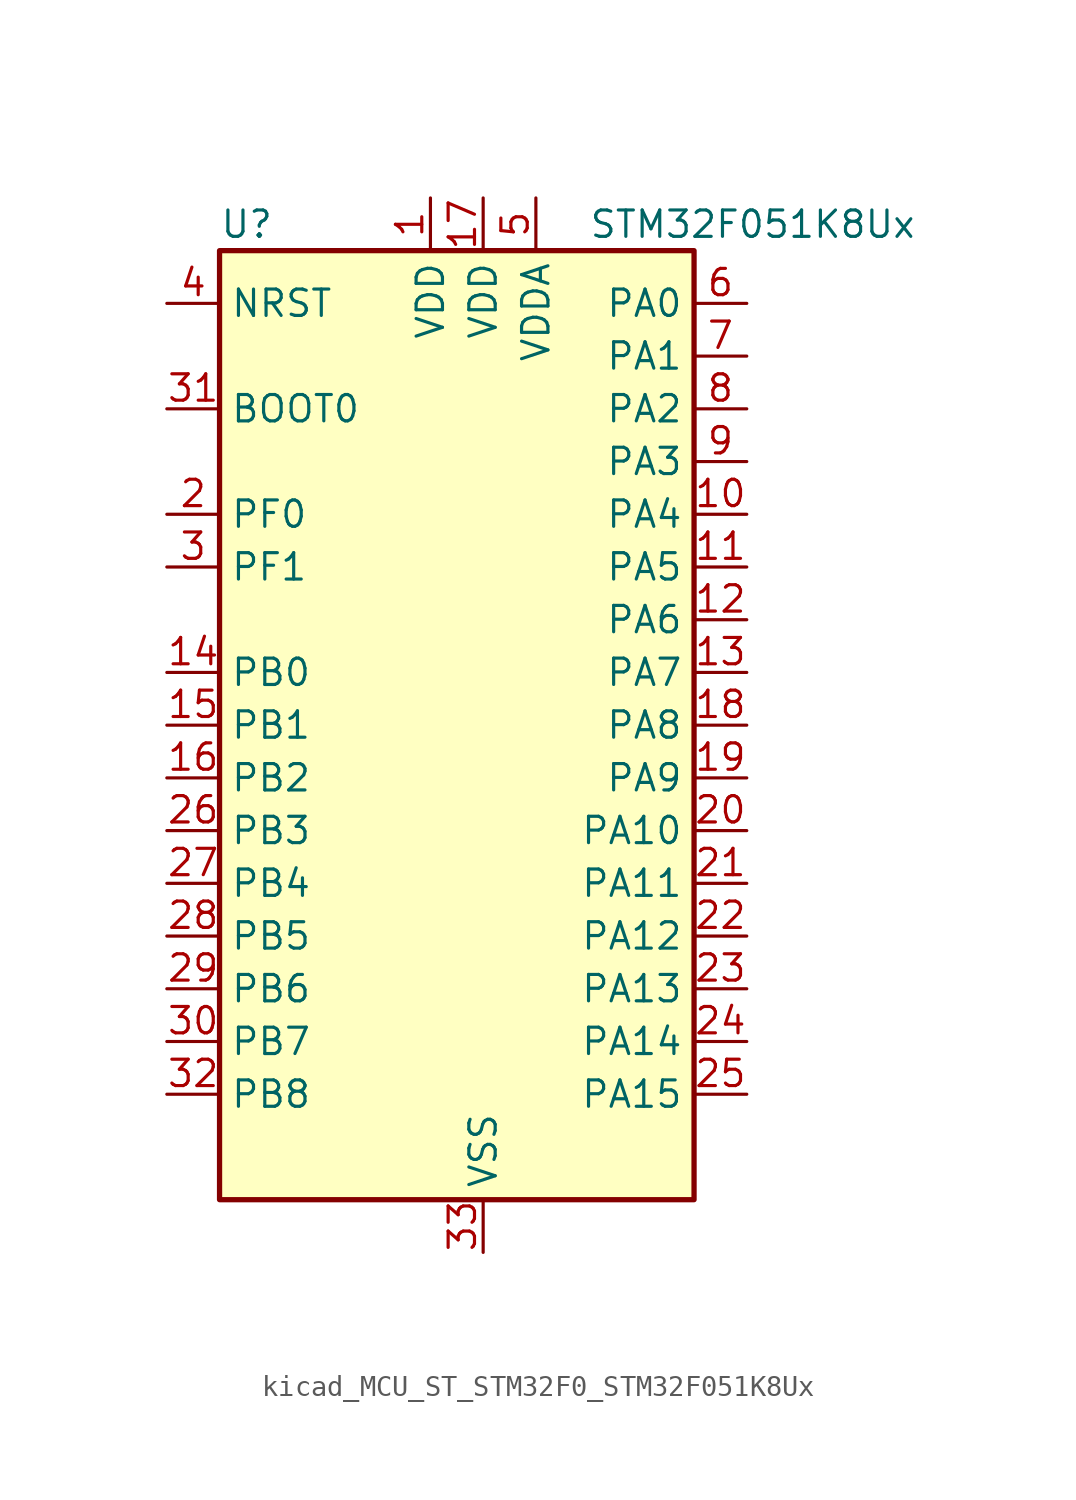
<source format=kicad_sym>
(kicad_symbol_lib
  (version 20220914)
  (generator kicad_symbol_editor)
  (symbol "kicad_MCU_ST_STM32F0_STM32F051K8Ux"
    (property "Reference" "U"
      (at -10.16 24.13 0)
      (effects (font (size 1.27 1.27)) (justify left)))
    (property "Value" "STM32F051K8Ux"
      (at 7.62 24.13 0)
      (effects (font (size 1.27 1.27)) (justify left)))
    (property "ki_locked" ""
      (at 0 0 0)
      (effects (font (size 1.27 1.27))))
    (symbol "kicad_MCU_ST_STM32F0_STM32F051K8Ux_0_1"
      (rectangle (start -10.16 -22.86) (end 12.7 22.86) (stroke (width 0.254) (type default)) (fill (type background))))
    (symbol "kicad_MCU_ST_STM32F0_STM32F051K8Ux_1_1"
      (pin power_in line (at 0 25.4 270) (length 2.54) (name "VDD" (effects (font (size 1.27 1.27)))) (number "1" (effects (font (size 1.27 1.27)))))
      (pin bidirectional line (at 15.24 10.16 180) (length 2.54) (name "PA4" (effects (font (size 1.27 1.27)))) (number "10" (effects (font (size 1.27 1.27)))) (alternate "ADC_IN4" bidirectional line) (alternate "COMP1_INM" bidirectional line) (alternate "COMP2_INM" bidirectional line) (alternate "DAC1_OUT1" bidirectional line) (alternate "I2S1_WS" bidirectional line) (alternate "SPI1_NSS" bidirectional line) (alternate "TIM14_CH1" bidirectional line) (alternate "TSC_G2_IO1" bidirectional line) (alternate "USART2_CK" bidirectional line))
      (pin bidirectional line (at 15.24 7.62 180) (length 2.54) (name "PA5" (effects (font (size 1.27 1.27)))) (number "11" (effects (font (size 1.27 1.27)))) (alternate "ADC_IN5" bidirectional line) (alternate "CEC" bidirectional line) (alternate "COMP1_INM" bidirectional line) (alternate "COMP2_INM" bidirectional line) (alternate "I2S1_CK" bidirectional line) (alternate "SPI1_SCK" bidirectional line) (alternate "TIM2_CH1" bidirectional line) (alternate "TIM2_ETR" bidirectional line) (alternate "TSC_G2_IO2" bidirectional line))
      (pin bidirectional line (at 15.24 5.08 180) (length 2.54) (name "PA6" (effects (font (size 1.27 1.27)))) (number "12" (effects (font (size 1.27 1.27)))) (alternate "ADC_IN6" bidirectional line) (alternate "COMP1_OUT" bidirectional line) (alternate "I2S1_MCK" bidirectional line) (alternate "SPI1_MISO" bidirectional line) (alternate "TIM16_CH1" bidirectional line) (alternate "TIM1_BKIN" bidirectional line) (alternate "TIM3_CH1" bidirectional line) (alternate "TSC_G2_IO3" bidirectional line))
      (pin bidirectional line (at 15.24 2.54 180) (length 2.54) (name "PA7" (effects (font (size 1.27 1.27)))) (number "13" (effects (font (size 1.27 1.27)))) (alternate "ADC_IN7" bidirectional line) (alternate "COMP2_OUT" bidirectional line) (alternate "I2S1_SD" bidirectional line) (alternate "SPI1_MOSI" bidirectional line) (alternate "TIM14_CH1" bidirectional line) (alternate "TIM17_CH1" bidirectional line) (alternate "TIM1_CH1N" bidirectional line) (alternate "TIM3_CH2" bidirectional line) (alternate "TSC_G2_IO4" bidirectional line))
      (pin bidirectional line (at -12.7 2.54 0) (length 2.54) (name "PB0" (effects (font (size 1.27 1.27)))) (number "14" (effects (font (size 1.27 1.27)))) (alternate "ADC_IN8" bidirectional line) (alternate "TIM1_CH2N" bidirectional line) (alternate "TIM3_CH3" bidirectional line) (alternate "TSC_G3_IO2" bidirectional line))
      (pin bidirectional line (at -12.7 0 0) (length 2.54) (name "PB1" (effects (font (size 1.27 1.27)))) (number "15" (effects (font (size 1.27 1.27)))) (alternate "ADC_IN9" bidirectional line) (alternate "TIM14_CH1" bidirectional line) (alternate "TIM1_CH3N" bidirectional line) (alternate "TIM3_CH4" bidirectional line) (alternate "TSC_G3_IO3" bidirectional line))
      (pin bidirectional line (at -12.7 -2.54 0) (length 2.54) (name "PB2" (effects (font (size 1.27 1.27)))) (number "16" (effects (font (size 1.27 1.27)))) (alternate "TSC_G3_IO4" bidirectional line))
      (pin power_in line (at 2.54 25.4 270) (length 2.54) (name "VDD" (effects (font (size 1.27 1.27)))) (number "17" (effects (font (size 1.27 1.27)))))
      (pin bidirectional line (at 15.24 0 180) (length 2.54) (name "PA8" (effects (font (size 1.27 1.27)))) (number "18" (effects (font (size 1.27 1.27)))) (alternate "RCC_MCO" bidirectional line) (alternate "TIM1_CH1" bidirectional line) (alternate "USART1_CK" bidirectional line))
      (pin bidirectional line (at 15.24 -2.54 180) (length 2.54) (name "PA9" (effects (font (size 1.27 1.27)))) (number "19" (effects (font (size 1.27 1.27)))) (alternate "DAC1_EXTI9" bidirectional line) (alternate "TIM15_BKIN" bidirectional line) (alternate "TIM1_CH2" bidirectional line) (alternate "TSC_G4_IO1" bidirectional line) (alternate "USART1_TX" bidirectional line))
      (pin bidirectional line (at -12.7 10.16 0) (length 2.54) (name "PF0" (effects (font (size 1.27 1.27)))) (number "2" (effects (font (size 1.27 1.27)))) (alternate "RCC_OSC_IN" bidirectional line))
      (pin bidirectional line (at 15.24 -5.08 180) (length 2.54) (name "PA10" (effects (font (size 1.27 1.27)))) (number "20" (effects (font (size 1.27 1.27)))) (alternate "TIM17_BKIN" bidirectional line) (alternate "TIM1_CH3" bidirectional line) (alternate "TSC_G4_IO2" bidirectional line) (alternate "USART1_RX" bidirectional line))
      (pin bidirectional line (at 15.24 -7.62 180) (length 2.54) (name "PA11" (effects (font (size 1.27 1.27)))) (number "21" (effects (font (size 1.27 1.27)))) (alternate "COMP1_OUT" bidirectional line) (alternate "TIM1_CH4" bidirectional line) (alternate "TSC_G4_IO3" bidirectional line) (alternate "USART1_CTS" bidirectional line))
      (pin bidirectional line (at 15.24 -10.16 180) (length 2.54) (name "PA12" (effects (font (size 1.27 1.27)))) (number "22" (effects (font (size 1.27 1.27)))) (alternate "COMP2_OUT" bidirectional line) (alternate "TIM1_ETR" bidirectional line) (alternate "TSC_G4_IO4" bidirectional line) (alternate "USART1_DE" bidirectional line) (alternate "USART1_RTS" bidirectional line))
      (pin bidirectional line (at 15.24 -12.7 180) (length 2.54) (name "PA13" (effects (font (size 1.27 1.27)))) (number "23" (effects (font (size 1.27 1.27)))) (alternate "IR_OUT" bidirectional line) (alternate "SYS_SWDIO" bidirectional line))
      (pin bidirectional line (at 15.24 -15.24 180) (length 2.54) (name "PA14" (effects (font (size 1.27 1.27)))) (number "24" (effects (font (size 1.27 1.27)))) (alternate "SYS_SWCLK" bidirectional line) (alternate "USART2_TX" bidirectional line))
      (pin bidirectional line (at 15.24 -17.78 180) (length 2.54) (name "PA15" (effects (font (size 1.27 1.27)))) (number "25" (effects (font (size 1.27 1.27)))) (alternate "I2S1_WS" bidirectional line) (alternate "SPI1_NSS" bidirectional line) (alternate "TIM2_CH1" bidirectional line) (alternate "TIM2_ETR" bidirectional line) (alternate "USART2_RX" bidirectional line))
      (pin bidirectional line (at -12.7 -5.08 0) (length 2.54) (name "PB3" (effects (font (size 1.27 1.27)))) (number "26" (effects (font (size 1.27 1.27)))) (alternate "I2S1_CK" bidirectional line) (alternate "SPI1_SCK" bidirectional line) (alternate "TIM2_CH2" bidirectional line) (alternate "TSC_G5_IO1" bidirectional line))
      (pin bidirectional line (at -12.7 -7.62 0) (length 2.54) (name "PB4" (effects (font (size 1.27 1.27)))) (number "27" (effects (font (size 1.27 1.27)))) (alternate "I2S1_MCK" bidirectional line) (alternate "SPI1_MISO" bidirectional line) (alternate "TIM3_CH1" bidirectional line) (alternate "TSC_G5_IO2" bidirectional line))
      (pin bidirectional line (at -12.7 -10.16 0) (length 2.54) (name "PB5" (effects (font (size 1.27 1.27)))) (number "28" (effects (font (size 1.27 1.27)))) (alternate "I2C1_SMBA" bidirectional line) (alternate "I2S1_SD" bidirectional line) (alternate "SPI1_MOSI" bidirectional line) (alternate "TIM16_BKIN" bidirectional line) (alternate "TIM3_CH2" bidirectional line))
      (pin bidirectional line (at -12.7 -12.7 0) (length 2.54) (name "PB6" (effects (font (size 1.27 1.27)))) (number "29" (effects (font (size 1.27 1.27)))) (alternate "I2C1_SCL" bidirectional line) (alternate "TIM16_CH1N" bidirectional line) (alternate "TSC_G5_IO3" bidirectional line) (alternate "USART1_TX" bidirectional line))
      (pin bidirectional line (at -12.7 7.62 0) (length 2.54) (name "PF1" (effects (font (size 1.27 1.27)))) (number "3" (effects (font (size 1.27 1.27)))) (alternate "RCC_OSC_OUT" bidirectional line))
      (pin bidirectional line (at -12.7 -15.24 0) (length 2.54) (name "PB7" (effects (font (size 1.27 1.27)))) (number "30" (effects (font (size 1.27 1.27)))) (alternate "I2C1_SDA" bidirectional line) (alternate "TIM17_CH1N" bidirectional line) (alternate "TSC_G5_IO4" bidirectional line) (alternate "USART1_RX" bidirectional line))
      (pin input line (at -12.7 15.24 0) (length 2.54) (name "BOOT0" (effects (font (size 1.27 1.27)))) (number "31" (effects (font (size 1.27 1.27)))))
      (pin bidirectional line (at -12.7 -17.78 0) (length 2.54) (name "PB8" (effects (font (size 1.27 1.27)))) (number "32" (effects (font (size 1.27 1.27)))) (alternate "CEC" bidirectional line) (alternate "I2C1_SCL" bidirectional line) (alternate "TIM16_CH1" bidirectional line) (alternate "TSC_SYNC" bidirectional line))
      (pin power_in line (at 2.54 -25.4 90) (length 2.54) (name "VSS" (effects (font (size 1.27 1.27)))) (number "33" (effects (font (size 1.27 1.27)))))
      (pin input line (at -12.7 20.32 0) (length 2.54) (name "NRST" (effects (font (size 1.27 1.27)))) (number "4" (effects (font (size 1.27 1.27)))))
      (pin power_in line (at 5.08 25.4 270) (length 2.54) (name "VDDA" (effects (font (size 1.27 1.27)))) (number "5" (effects (font (size 1.27 1.27)))))
      (pin bidirectional line (at 15.24 20.32 180) (length 2.54) (name "PA0" (effects (font (size 1.27 1.27)))) (number "6" (effects (font (size 1.27 1.27)))) (alternate "ADC_IN0" bidirectional line) (alternate "COMP1_INM" bidirectional line) (alternate "COMP1_OUT" bidirectional line) (alternate "RTC_TAMP2" bidirectional line) (alternate "SYS_WKUP1" bidirectional line) (alternate "TIM2_CH1" bidirectional line) (alternate "TIM2_ETR" bidirectional line) (alternate "TSC_G1_IO1" bidirectional line) (alternate "USART2_CTS" bidirectional line))
      (pin bidirectional line (at 15.24 17.78 180) (length 2.54) (name "PA1" (effects (font (size 1.27 1.27)))) (number "7" (effects (font (size 1.27 1.27)))) (alternate "ADC_IN1" bidirectional line) (alternate "COMP1_INP" bidirectional line) (alternate "TIM2_CH2" bidirectional line) (alternate "TSC_G1_IO2" bidirectional line) (alternate "USART2_DE" bidirectional line) (alternate "USART2_RTS" bidirectional line))
      (pin bidirectional line (at 15.24 15.24 180) (length 2.54) (name "PA2" (effects (font (size 1.27 1.27)))) (number "8" (effects (font (size 1.27 1.27)))) (alternate "ADC_IN2" bidirectional line) (alternate "COMP2_INM" bidirectional line) (alternate "COMP2_OUT" bidirectional line) (alternate "TIM15_CH1" bidirectional line) (alternate "TIM2_CH3" bidirectional line) (alternate "TSC_G1_IO3" bidirectional line) (alternate "USART2_TX" bidirectional line))
      (pin bidirectional line (at 15.24 12.7 180) (length 2.54) (name "PA3" (effects (font (size 1.27 1.27)))) (number "9" (effects (font (size 1.27 1.27)))) (alternate "ADC_IN3" bidirectional line) (alternate "COMP2_INP" bidirectional line) (alternate "TIM15_CH2" bidirectional line) (alternate "TIM2_CH4" bidirectional line) (alternate "TSC_G1_IO4" bidirectional line) (alternate "USART2_RX" bidirectional line)))))
</source>
